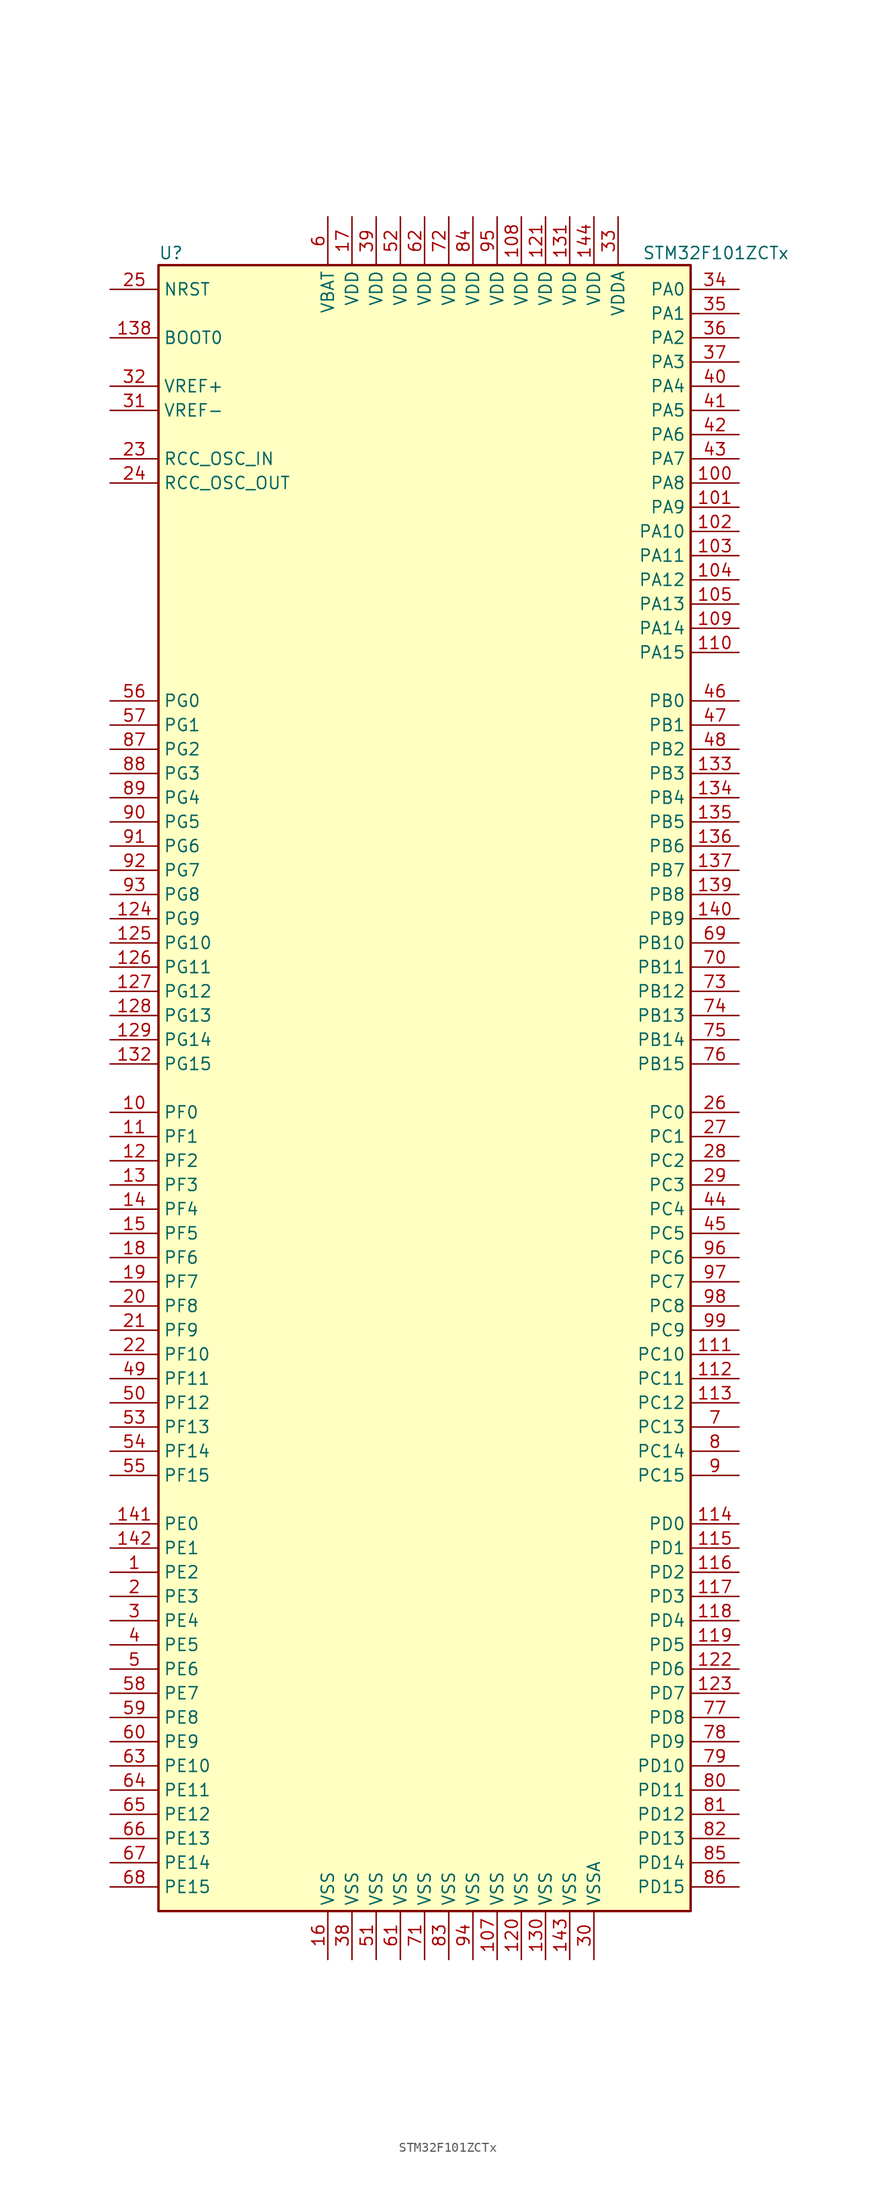
<source format=kicad_sym>
(kicad_symbol_lib
  (version 20201005)
  (generator kicad_symbol_editor)
  (symbol "STM32F101ZCTx"
    (property "Reference" "U"
      (at -27.94 87.63 0)
      (effects (font (size 1.27 1.27)) (justify left)))
    (property "Value" "STM32F101ZCTx"
      (at 22.86 87.63 0)
      (effects (font (size 1.27 1.27)) (justify left)))
    (symbol "STM32F101ZCTx_0_1"
      (rectangle (start -27.94 -86.36) (end 27.94 86.36) (stroke (width 0.254)) (fill (type background))))
    (symbol "STM32F101ZCTx_1_1"
      (pin input line (at -33.02 78.74 0) (length 5.08) (name "BOOT0" (effects (font (size 1.27 1.27)))) (number "138" (effects (font (size 1.27 1.27)))))
      (pin no_connect line (at -27.94 -83.82 0) (length 5.08) hide (name "NC" (effects (font (size 1.27 1.27)))) (number "106" (effects (font (size 1.27 1.27)))))
      (pin input line (at -33.02 83.82 0) (length 5.08) (name "NRST" (effects (font (size 1.27 1.27)))) (number "25" (effects (font (size 1.27 1.27)))))
      (pin bidirectional line (at 33.02 83.82 180) (length 5.08) (name "PA0" (effects (font (size 1.27 1.27)))) (number "34" (effects (font (size 1.27 1.27)))))
      (pin bidirectional line (at 33.02 81.28 180) (length 5.08) (name "PA1" (effects (font (size 1.27 1.27)))) (number "35" (effects (font (size 1.27 1.27)))))
      (pin bidirectional line (at 33.02 58.42 180) (length 5.08) (name "PA10" (effects (font (size 1.27 1.27)))) (number "102" (effects (font (size 1.27 1.27)))))
      (pin bidirectional line (at 33.02 55.88 180) (length 5.08) (name "PA11" (effects (font (size 1.27 1.27)))) (number "103" (effects (font (size 1.27 1.27)))))
      (pin bidirectional line (at 33.02 53.34 180) (length 5.08) (name "PA12" (effects (font (size 1.27 1.27)))) (number "104" (effects (font (size 1.27 1.27)))))
      (pin bidirectional line (at 33.02 50.8 180) (length 5.08) (name "PA13" (effects (font (size 1.27 1.27)))) (number "105" (effects (font (size 1.27 1.27)))))
      (pin bidirectional line (at 33.02 48.26 180) (length 5.08) (name "PA14" (effects (font (size 1.27 1.27)))) (number "109" (effects (font (size 1.27 1.27)))))
      (pin bidirectional line (at 33.02 45.72 180) (length 5.08) (name "PA15" (effects (font (size 1.27 1.27)))) (number "110" (effects (font (size 1.27 1.27)))))
      (pin bidirectional line (at 33.02 78.74 180) (length 5.08) (name "PA2" (effects (font (size 1.27 1.27)))) (number "36" (effects (font (size 1.27 1.27)))))
      (pin bidirectional line (at 33.02 76.2 180) (length 5.08) (name "PA3" (effects (font (size 1.27 1.27)))) (number "37" (effects (font (size 1.27 1.27)))))
      (pin bidirectional line (at 33.02 73.66 180) (length 5.08) (name "PA4" (effects (font (size 1.27 1.27)))) (number "40" (effects (font (size 1.27 1.27)))))
      (pin bidirectional line (at 33.02 71.12 180) (length 5.08) (name "PA5" (effects (font (size 1.27 1.27)))) (number "41" (effects (font (size 1.27 1.27)))))
      (pin bidirectional line (at 33.02 68.58 180) (length 5.08) (name "PA6" (effects (font (size 1.27 1.27)))) (number "42" (effects (font (size 1.27 1.27)))))
      (pin bidirectional line (at 33.02 66.04 180) (length 5.08) (name "PA7" (effects (font (size 1.27 1.27)))) (number "43" (effects (font (size 1.27 1.27)))))
      (pin bidirectional line (at 33.02 63.5 180) (length 5.08) (name "PA8" (effects (font (size 1.27 1.27)))) (number "100" (effects (font (size 1.27 1.27)))))
      (pin bidirectional line (at 33.02 60.96 180) (length 5.08) (name "PA9" (effects (font (size 1.27 1.27)))) (number "101" (effects (font (size 1.27 1.27)))))
      (pin bidirectional line (at 33.02 40.64 180) (length 5.08) (name "PB0" (effects (font (size 1.27 1.27)))) (number "46" (effects (font (size 1.27 1.27)))))
      (pin bidirectional line (at 33.02 38.1 180) (length 5.08) (name "PB1" (effects (font (size 1.27 1.27)))) (number "47" (effects (font (size 1.27 1.27)))))
      (pin bidirectional line (at 33.02 15.24 180) (length 5.08) (name "PB10" (effects (font (size 1.27 1.27)))) (number "69" (effects (font (size 1.27 1.27)))))
      (pin bidirectional line (at 33.02 12.7 180) (length 5.08) (name "PB11" (effects (font (size 1.27 1.27)))) (number "70" (effects (font (size 1.27 1.27)))))
      (pin bidirectional line (at 33.02 10.16 180) (length 5.08) (name "PB12" (effects (font (size 1.27 1.27)))) (number "73" (effects (font (size 1.27 1.27)))))
      (pin bidirectional line (at 33.02 7.62 180) (length 5.08) (name "PB13" (effects (font (size 1.27 1.27)))) (number "74" (effects (font (size 1.27 1.27)))))
      (pin bidirectional line (at 33.02 5.08 180) (length 5.08) (name "PB14" (effects (font (size 1.27 1.27)))) (number "75" (effects (font (size 1.27 1.27)))))
      (pin bidirectional line (at 33.02 2.54 180) (length 5.08) (name "PB15" (effects (font (size 1.27 1.27)))) (number "76" (effects (font (size 1.27 1.27)))))
      (pin bidirectional line (at 33.02 35.56 180) (length 5.08) (name "PB2" (effects (font (size 1.27 1.27)))) (number "48" (effects (font (size 1.27 1.27)))))
      (pin bidirectional line (at 33.02 33.02 180) (length 5.08) (name "PB3" (effects (font (size 1.27 1.27)))) (number "133" (effects (font (size 1.27 1.27)))))
      (pin bidirectional line (at 33.02 30.48 180) (length 5.08) (name "PB4" (effects (font (size 1.27 1.27)))) (number "134" (effects (font (size 1.27 1.27)))))
      (pin bidirectional line (at 33.02 27.94 180) (length 5.08) (name "PB5" (effects (font (size 1.27 1.27)))) (number "135" (effects (font (size 1.27 1.27)))))
      (pin bidirectional line (at 33.02 25.4 180) (length 5.08) (name "PB6" (effects (font (size 1.27 1.27)))) (number "136" (effects (font (size 1.27 1.27)))))
      (pin bidirectional line (at 33.02 22.86 180) (length 5.08) (name "PB7" (effects (font (size 1.27 1.27)))) (number "137" (effects (font (size 1.27 1.27)))))
      (pin bidirectional line (at 33.02 20.32 180) (length 5.08) (name "PB8" (effects (font (size 1.27 1.27)))) (number "139" (effects (font (size 1.27 1.27)))))
      (pin bidirectional line (at 33.02 17.78 180) (length 5.08) (name "PB9" (effects (font (size 1.27 1.27)))) (number "140" (effects (font (size 1.27 1.27)))))
      (pin bidirectional line (at 33.02 -2.54 180) (length 5.08) (name "PC0" (effects (font (size 1.27 1.27)))) (number "26" (effects (font (size 1.27 1.27)))))
      (pin bidirectional line (at 33.02 -5.08 180) (length 5.08) (name "PC1" (effects (font (size 1.27 1.27)))) (number "27" (effects (font (size 1.27 1.27)))))
      (pin bidirectional line (at 33.02 -27.94 180) (length 5.08) (name "PC10" (effects (font (size 1.27 1.27)))) (number "111" (effects (font (size 1.27 1.27)))))
      (pin bidirectional line (at 33.02 -30.48 180) (length 5.08) (name "PC11" (effects (font (size 1.27 1.27)))) (number "112" (effects (font (size 1.27 1.27)))))
      (pin bidirectional line (at 33.02 -33.02 180) (length 5.08) (name "PC12" (effects (font (size 1.27 1.27)))) (number "113" (effects (font (size 1.27 1.27)))))
      (pin bidirectional line (at 33.02 -35.56 180) (length 5.08) (name "PC13" (effects (font (size 1.27 1.27)))) (number "7" (effects (font (size 1.27 1.27)))))
      (pin bidirectional line (at 33.02 -38.1 180) (length 5.08) (name "PC14" (effects (font (size 1.27 1.27)))) (number "8" (effects (font (size 1.27 1.27)))))
      (pin bidirectional line (at 33.02 -40.64 180) (length 5.08) (name "PC15" (effects (font (size 1.27 1.27)))) (number "9" (effects (font (size 1.27 1.27)))))
      (pin bidirectional line (at 33.02 -7.62 180) (length 5.08) (name "PC2" (effects (font (size 1.27 1.27)))) (number "28" (effects (font (size 1.27 1.27)))))
      (pin bidirectional line (at 33.02 -10.16 180) (length 5.08) (name "PC3" (effects (font (size 1.27 1.27)))) (number "29" (effects (font (size 1.27 1.27)))))
      (pin bidirectional line (at 33.02 -12.7 180) (length 5.08) (name "PC4" (effects (font (size 1.27 1.27)))) (number "44" (effects (font (size 1.27 1.27)))))
      (pin bidirectional line (at 33.02 -15.24 180) (length 5.08) (name "PC5" (effects (font (size 1.27 1.27)))) (number "45" (effects (font (size 1.27 1.27)))))
      (pin bidirectional line (at 33.02 -17.78 180) (length 5.08) (name "PC6" (effects (font (size 1.27 1.27)))) (number "96" (effects (font (size 1.27 1.27)))))
      (pin bidirectional line (at 33.02 -20.32 180) (length 5.08) (name "PC7" (effects (font (size 1.27 1.27)))) (number "97" (effects (font (size 1.27 1.27)))))
      (pin bidirectional line (at 33.02 -22.86 180) (length 5.08) (name "PC8" (effects (font (size 1.27 1.27)))) (number "98" (effects (font (size 1.27 1.27)))))
      (pin bidirectional line (at 33.02 -25.4 180) (length 5.08) (name "PC9" (effects (font (size 1.27 1.27)))) (number "99" (effects (font (size 1.27 1.27)))))
      (pin bidirectional line (at 33.02 -45.72 180) (length 5.08) (name "PD0" (effects (font (size 1.27 1.27)))) (number "114" (effects (font (size 1.27 1.27)))))
      (pin bidirectional line (at 33.02 -48.26 180) (length 5.08) (name "PD1" (effects (font (size 1.27 1.27)))) (number "115" (effects (font (size 1.27 1.27)))))
      (pin bidirectional line (at 33.02 -71.12 180) (length 5.08) (name "PD10" (effects (font (size 1.27 1.27)))) (number "79" (effects (font (size 1.27 1.27)))))
      (pin bidirectional line (at 33.02 -73.66 180) (length 5.08) (name "PD11" (effects (font (size 1.27 1.27)))) (number "80" (effects (font (size 1.27 1.27)))))
      (pin bidirectional line (at 33.02 -76.2 180) (length 5.08) (name "PD12" (effects (font (size 1.27 1.27)))) (number "81" (effects (font (size 1.27 1.27)))))
      (pin bidirectional line (at 33.02 -78.74 180) (length 5.08) (name "PD13" (effects (font (size 1.27 1.27)))) (number "82" (effects (font (size 1.27 1.27)))))
      (pin bidirectional line (at 33.02 -81.28 180) (length 5.08) (name "PD14" (effects (font (size 1.27 1.27)))) (number "85" (effects (font (size 1.27 1.27)))))
      (pin bidirectional line (at 33.02 -83.82 180) (length 5.08) (name "PD15" (effects (font (size 1.27 1.27)))) (number "86" (effects (font (size 1.27 1.27)))))
      (pin bidirectional line (at 33.02 -50.8 180) (length 5.08) (name "PD2" (effects (font (size 1.27 1.27)))) (number "116" (effects (font (size 1.27 1.27)))))
      (pin bidirectional line (at 33.02 -53.34 180) (length 5.08) (name "PD3" (effects (font (size 1.27 1.27)))) (number "117" (effects (font (size 1.27 1.27)))))
      (pin bidirectional line (at 33.02 -55.88 180) (length 5.08) (name "PD4" (effects (font (size 1.27 1.27)))) (number "118" (effects (font (size 1.27 1.27)))))
      (pin bidirectional line (at 33.02 -58.42 180) (length 5.08) (name "PD5" (effects (font (size 1.27 1.27)))) (number "119" (effects (font (size 1.27 1.27)))))
      (pin bidirectional line (at 33.02 -60.96 180) (length 5.08) (name "PD6" (effects (font (size 1.27 1.27)))) (number "122" (effects (font (size 1.27 1.27)))))
      (pin bidirectional line (at 33.02 -63.5 180) (length 5.08) (name "PD7" (effects (font (size 1.27 1.27)))) (number "123" (effects (font (size 1.27 1.27)))))
      (pin bidirectional line (at 33.02 -66.04 180) (length 5.08) (name "PD8" (effects (font (size 1.27 1.27)))) (number "77" (effects (font (size 1.27 1.27)))))
      (pin bidirectional line (at 33.02 -68.58 180) (length 5.08) (name "PD9" (effects (font (size 1.27 1.27)))) (number "78" (effects (font (size 1.27 1.27)))))
      (pin bidirectional line (at -33.02 -45.72 0) (length 5.08) (name "PE0" (effects (font (size 1.27 1.27)))) (number "141" (effects (font (size 1.27 1.27)))))
      (pin bidirectional line (at -33.02 -48.26 0) (length 5.08) (name "PE1" (effects (font (size 1.27 1.27)))) (number "142" (effects (font (size 1.27 1.27)))))
      (pin bidirectional line (at -33.02 -71.12 0) (length 5.08) (name "PE10" (effects (font (size 1.27 1.27)))) (number "63" (effects (font (size 1.27 1.27)))))
      (pin bidirectional line (at -33.02 -73.66 0) (length 5.08) (name "PE11" (effects (font (size 1.27 1.27)))) (number "64" (effects (font (size 1.27 1.27)))))
      (pin bidirectional line (at -33.02 -76.2 0) (length 5.08) (name "PE12" (effects (font (size 1.27 1.27)))) (number "65" (effects (font (size 1.27 1.27)))))
      (pin bidirectional line (at -33.02 -78.74 0) (length 5.08) (name "PE13" (effects (font (size 1.27 1.27)))) (number "66" (effects (font (size 1.27 1.27)))))
      (pin bidirectional line (at -33.02 -81.28 0) (length 5.08) (name "PE14" (effects (font (size 1.27 1.27)))) (number "67" (effects (font (size 1.27 1.27)))))
      (pin bidirectional line (at -33.02 -83.82 0) (length 5.08) (name "PE15" (effects (font (size 1.27 1.27)))) (number "68" (effects (font (size 1.27 1.27)))))
      (pin bidirectional line (at -33.02 -50.8 0) (length 5.08) (name "PE2" (effects (font (size 1.27 1.27)))) (number "1" (effects (font (size 1.27 1.27)))))
      (pin bidirectional line (at -33.02 -53.34 0) (length 5.08) (name "PE3" (effects (font (size 1.27 1.27)))) (number "2" (effects (font (size 1.27 1.27)))))
      (pin bidirectional line (at -33.02 -55.88 0) (length 5.08) (name "PE4" (effects (font (size 1.27 1.27)))) (number "3" (effects (font (size 1.27 1.27)))))
      (pin bidirectional line (at -33.02 -58.42 0) (length 5.08) (name "PE5" (effects (font (size 1.27 1.27)))) (number "4" (effects (font (size 1.27 1.27)))))
      (pin bidirectional line (at -33.02 -60.96 0) (length 5.08) (name "PE6" (effects (font (size 1.27 1.27)))) (number "5" (effects (font (size 1.27 1.27)))))
      (pin bidirectional line (at -33.02 -63.5 0) (length 5.08) (name "PE7" (effects (font (size 1.27 1.27)))) (number "58" (effects (font (size 1.27 1.27)))))
      (pin bidirectional line (at -33.02 -66.04 0) (length 5.08) (name "PE8" (effects (font (size 1.27 1.27)))) (number "59" (effects (font (size 1.27 1.27)))))
      (pin bidirectional line (at -33.02 -68.58 0) (length 5.08) (name "PE9" (effects (font (size 1.27 1.27)))) (number "60" (effects (font (size 1.27 1.27)))))
      (pin bidirectional line (at -33.02 -2.54 0) (length 5.08) (name "PF0" (effects (font (size 1.27 1.27)))) (number "10" (effects (font (size 1.27 1.27)))))
      (pin bidirectional line (at -33.02 -5.08 0) (length 5.08) (name "PF1" (effects (font (size 1.27 1.27)))) (number "11" (effects (font (size 1.27 1.27)))))
      (pin bidirectional line (at -33.02 -27.94 0) (length 5.08) (name "PF10" (effects (font (size 1.27 1.27)))) (number "22" (effects (font (size 1.27 1.27)))))
      (pin bidirectional line (at -33.02 -30.48 0) (length 5.08) (name "PF11" (effects (font (size 1.27 1.27)))) (number "49" (effects (font (size 1.27 1.27)))))
      (pin bidirectional line (at -33.02 -33.02 0) (length 5.08) (name "PF12" (effects (font (size 1.27 1.27)))) (number "50" (effects (font (size 1.27 1.27)))))
      (pin bidirectional line (at -33.02 -35.56 0) (length 5.08) (name "PF13" (effects (font (size 1.27 1.27)))) (number "53" (effects (font (size 1.27 1.27)))))
      (pin bidirectional line (at -33.02 -38.1 0) (length 5.08) (name "PF14" (effects (font (size 1.27 1.27)))) (number "54" (effects (font (size 1.27 1.27)))))
      (pin bidirectional line (at -33.02 -40.64 0) (length 5.08) (name "PF15" (effects (font (size 1.27 1.27)))) (number "55" (effects (font (size 1.27 1.27)))))
      (pin bidirectional line (at -33.02 -7.62 0) (length 5.08) (name "PF2" (effects (font (size 1.27 1.27)))) (number "12" (effects (font (size 1.27 1.27)))))
      (pin bidirectional line (at -33.02 -10.16 0) (length 5.08) (name "PF3" (effects (font (size 1.27 1.27)))) (number "13" (effects (font (size 1.27 1.27)))))
      (pin bidirectional line (at -33.02 -12.7 0) (length 5.08) (name "PF4" (effects (font (size 1.27 1.27)))) (number "14" (effects (font (size 1.27 1.27)))))
      (pin bidirectional line (at -33.02 -15.24 0) (length 5.08) (name "PF5" (effects (font (size 1.27 1.27)))) (number "15" (effects (font (size 1.27 1.27)))))
      (pin bidirectional line (at -33.02 -17.78 0) (length 5.08) (name "PF6" (effects (font (size 1.27 1.27)))) (number "18" (effects (font (size 1.27 1.27)))))
      (pin bidirectional line (at -33.02 -20.32 0) (length 5.08) (name "PF7" (effects (font (size 1.27 1.27)))) (number "19" (effects (font (size 1.27 1.27)))))
      (pin bidirectional line (at -33.02 -22.86 0) (length 5.08) (name "PF8" (effects (font (size 1.27 1.27)))) (number "20" (effects (font (size 1.27 1.27)))))
      (pin bidirectional line (at -33.02 -25.4 0) (length 5.08) (name "PF9" (effects (font (size 1.27 1.27)))) (number "21" (effects (font (size 1.27 1.27)))))
      (pin bidirectional line (at -33.02 40.64 0) (length 5.08) (name "PG0" (effects (font (size 1.27 1.27)))) (number "56" (effects (font (size 1.27 1.27)))))
      (pin bidirectional line (at -33.02 38.1 0) (length 5.08) (name "PG1" (effects (font (size 1.27 1.27)))) (number "57" (effects (font (size 1.27 1.27)))))
      (pin bidirectional line (at -33.02 15.24 0) (length 5.08) (name "PG10" (effects (font (size 1.27 1.27)))) (number "125" (effects (font (size 1.27 1.27)))))
      (pin bidirectional line (at -33.02 12.7 0) (length 5.08) (name "PG11" (effects (font (size 1.27 1.27)))) (number "126" (effects (font (size 1.27 1.27)))))
      (pin bidirectional line (at -33.02 10.16 0) (length 5.08) (name "PG12" (effects (font (size 1.27 1.27)))) (number "127" (effects (font (size 1.27 1.27)))))
      (pin bidirectional line (at -33.02 7.62 0) (length 5.08) (name "PG13" (effects (font (size 1.27 1.27)))) (number "128" (effects (font (size 1.27 1.27)))))
      (pin bidirectional line (at -33.02 5.08 0) (length 5.08) (name "PG14" (effects (font (size 1.27 1.27)))) (number "129" (effects (font (size 1.27 1.27)))))
      (pin bidirectional line (at -33.02 2.54 0) (length 5.08) (name "PG15" (effects (font (size 1.27 1.27)))) (number "132" (effects (font (size 1.27 1.27)))))
      (pin bidirectional line (at -33.02 35.56 0) (length 5.08) (name "PG2" (effects (font (size 1.27 1.27)))) (number "87" (effects (font (size 1.27 1.27)))))
      (pin bidirectional line (at -33.02 33.02 0) (length 5.08) (name "PG3" (effects (font (size 1.27 1.27)))) (number "88" (effects (font (size 1.27 1.27)))))
      (pin bidirectional line (at -33.02 30.48 0) (length 5.08) (name "PG4" (effects (font (size 1.27 1.27)))) (number "89" (effects (font (size 1.27 1.27)))))
      (pin bidirectional line (at -33.02 27.94 0) (length 5.08) (name "PG5" (effects (font (size 1.27 1.27)))) (number "90" (effects (font (size 1.27 1.27)))))
      (pin bidirectional line (at -33.02 25.4 0) (length 5.08) (name "PG6" (effects (font (size 1.27 1.27)))) (number "91" (effects (font (size 1.27 1.27)))))
      (pin bidirectional line (at -33.02 22.86 0) (length 5.08) (name "PG7" (effects (font (size 1.27 1.27)))) (number "92" (effects (font (size 1.27 1.27)))))
      (pin bidirectional line (at -33.02 20.32 0) (length 5.08) (name "PG8" (effects (font (size 1.27 1.27)))) (number "93" (effects (font (size 1.27 1.27)))))
      (pin bidirectional line (at -33.02 17.78 0) (length 5.08) (name "PG9" (effects (font (size 1.27 1.27)))) (number "124" (effects (font (size 1.27 1.27)))))
      (pin input line (at -33.02 66.04 0) (length 5.08) (name "RCC_OSC_IN" (effects (font (size 1.27 1.27)))) (number "23" (effects (font (size 1.27 1.27)))))
      (pin input line (at -33.02 63.5 0) (length 5.08) (name "RCC_OSC_OUT" (effects (font (size 1.27 1.27)))) (number "24" (effects (font (size 1.27 1.27)))))
      (pin power_in line (at -10.16 91.44 270) (length 5.08) (name "VBAT" (effects (font (size 1.27 1.27)))) (number "6" (effects (font (size 1.27 1.27)))))
      (pin power_in line (at 10.16 91.44 270) (length 5.08) (name "VDD" (effects (font (size 1.27 1.27)))) (number "108" (effects (font (size 1.27 1.27)))))
      (pin power_in line (at 12.7 91.44 270) (length 5.08) (name "VDD" (effects (font (size 1.27 1.27)))) (number "121" (effects (font (size 1.27 1.27)))))
      (pin power_in line (at 15.24 91.44 270) (length 5.08) (name "VDD" (effects (font (size 1.27 1.27)))) (number "131" (effects (font (size 1.27 1.27)))))
      (pin power_in line (at 17.78 91.44 270) (length 5.08) (name "VDD" (effects (font (size 1.27 1.27)))) (number "144" (effects (font (size 1.27 1.27)))))
      (pin power_in line (at -7.62 91.44 270) (length 5.08) (name "VDD" (effects (font (size 1.27 1.27)))) (number "17" (effects (font (size 1.27 1.27)))))
      (pin power_in line (at -5.08 91.44 270) (length 5.08) (name "VDD" (effects (font (size 1.27 1.27)))) (number "39" (effects (font (size 1.27 1.27)))))
      (pin power_in line (at -2.54 91.44 270) (length 5.08) (name "VDD" (effects (font (size 1.27 1.27)))) (number "52" (effects (font (size 1.27 1.27)))))
      (pin power_in line (at 0 91.44 270) (length 5.08) (name "VDD" (effects (font (size 1.27 1.27)))) (number "62" (effects (font (size 1.27 1.27)))))
      (pin power_in line (at 2.54 91.44 270) (length 5.08) (name "VDD" (effects (font (size 1.27 1.27)))) (number "72" (effects (font (size 1.27 1.27)))))
      (pin power_in line (at 5.08 91.44 270) (length 5.08) (name "VDD" (effects (font (size 1.27 1.27)))) (number "84" (effects (font (size 1.27 1.27)))))
      (pin power_in line (at 7.62 91.44 270) (length 5.08) (name "VDD" (effects (font (size 1.27 1.27)))) (number "95" (effects (font (size 1.27 1.27)))))
      (pin power_in line (at 20.32 91.44 270) (length 5.08) (name "VDDA" (effects (font (size 1.27 1.27)))) (number "33" (effects (font (size 1.27 1.27)))))
      (pin power_in line (at -33.02 73.66 0) (length 5.08) (name "VREF+" (effects (font (size 1.27 1.27)))) (number "32" (effects (font (size 1.27 1.27)))))
      (pin power_in line (at -33.02 71.12 0) (length 5.08) (name "VREF-" (effects (font (size 1.27 1.27)))) (number "31" (effects (font (size 1.27 1.27)))))
      (pin power_in line (at 7.62 -91.44 90) (length 5.08) (name "VSS" (effects (font (size 1.27 1.27)))) (number "107" (effects (font (size 1.27 1.27)))))
      (pin power_in line (at 10.16 -91.44 90) (length 5.08) (name "VSS" (effects (font (size 1.27 1.27)))) (number "120" (effects (font (size 1.27 1.27)))))
      (pin power_in line (at 12.7 -91.44 90) (length 5.08) (name "VSS" (effects (font (size 1.27 1.27)))) (number "130" (effects (font (size 1.27 1.27)))))
      (pin power_in line (at 15.24 -91.44 90) (length 5.08) (name "VSS" (effects (font (size 1.27 1.27)))) (number "143" (effects (font (size 1.27 1.27)))))
      (pin power_in line (at -10.16 -91.44 90) (length 5.08) (name "VSS" (effects (font (size 1.27 1.27)))) (number "16" (effects (font (size 1.27 1.27)))))
      (pin power_in line (at -7.62 -91.44 90) (length 5.08) (name "VSS" (effects (font (size 1.27 1.27)))) (number "38" (effects (font (size 1.27 1.27)))))
      (pin power_in line (at -5.08 -91.44 90) (length 5.08) (name "VSS" (effects (font (size 1.27 1.27)))) (number "51" (effects (font (size 1.27 1.27)))))
      (pin power_in line (at -2.54 -91.44 90) (length 5.08) (name "VSS" (effects (font (size 1.27 1.27)))) (number "61" (effects (font (size 1.27 1.27)))))
      (pin power_in line (at 0 -91.44 90) (length 5.08) (name "VSS" (effects (font (size 1.27 1.27)))) (number "71" (effects (font (size 1.27 1.27)))))
      (pin power_in line (at 2.54 -91.44 90) (length 5.08) (name "VSS" (effects (font (size 1.27 1.27)))) (number "83" (effects (font (size 1.27 1.27)))))
      (pin power_in line (at 5.08 -91.44 90) (length 5.08) (name "VSS" (effects (font (size 1.27 1.27)))) (number "94" (effects (font (size 1.27 1.27)))))
      (pin power_in line (at 17.78 -91.44 90) (length 5.08) (name "VSSA" (effects (font (size 1.27 1.27)))) (number "30" (effects (font (size 1.27 1.27))))))))
</source>
